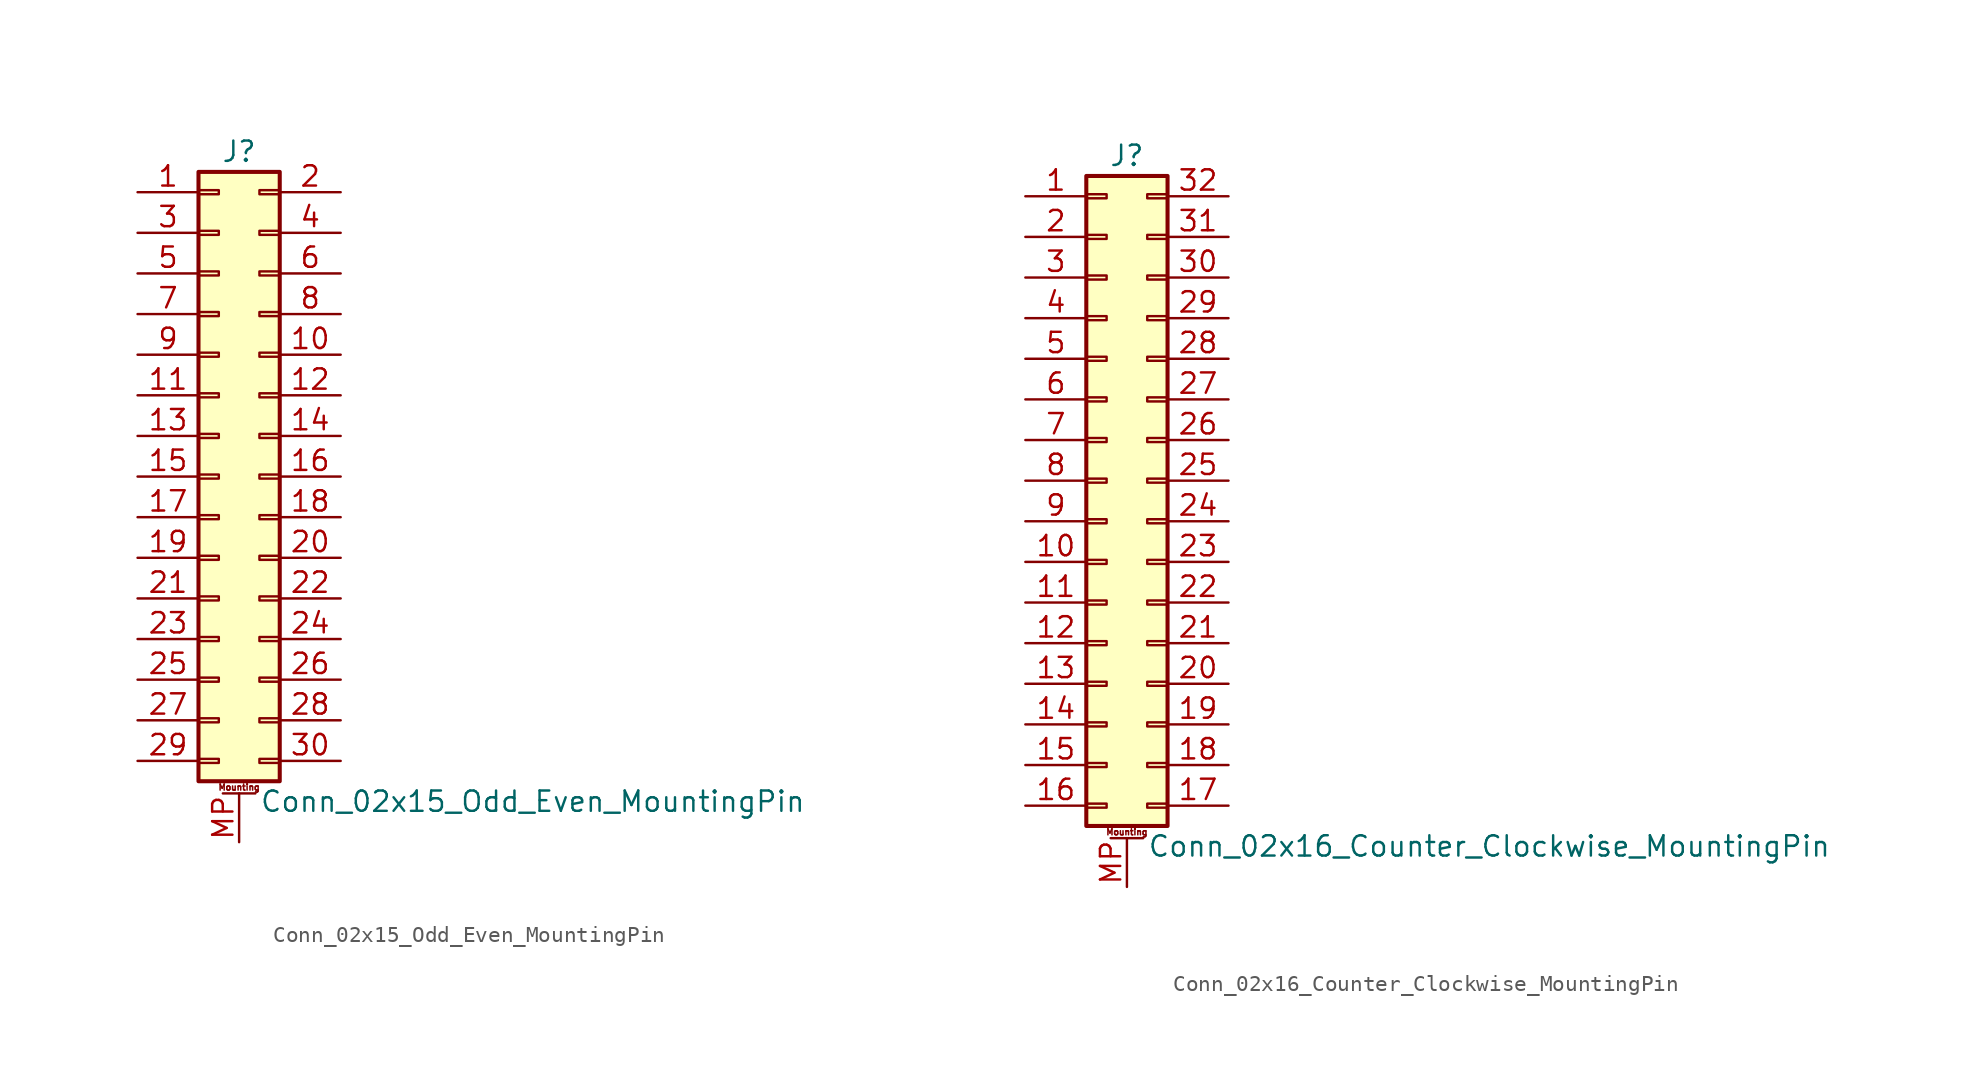
<source format=kicad_sym>
(kicad_symbol_lib
  (version 20201005)
  (generator kicad_symbol_editor)
  (symbol "Conn_02x15_Odd_Even_MountingPin"
    (pin_names
      (offset 1.016) hide)
    (property "Reference" "J"
      (at 1.27 20.32 0)
      (effects (font (size 1.27 1.27))))
    (property "Value" "Conn_02x15_Odd_Even_MountingPin"
      (at 2.54 -20.32 0)
      (effects (font (size 1.27 1.27)) (justify left)))
    (symbol "Conn_02x15_Odd_Even_MountingPin_1_1"
      (text "Mounting" (at 1.27 -19.431 0) (effects (font (size 0.381 0.381))))
      (rectangle (start -1.27 -17.653) (end 0 -17.907) (stroke (width 0.152)) (fill (type none)))
      (rectangle (start -1.27 -15.113) (end 0 -15.367) (stroke (width 0.152)) (fill (type none)))
      (rectangle (start -1.27 -12.573) (end 0 -12.827) (stroke (width 0.152)) (fill (type none)))
      (rectangle (start -1.27 -10.033) (end 0 -10.287) (stroke (width 0.152)) (fill (type none)))
      (rectangle (start -1.27 -7.493) (end 0 -7.747) (stroke (width 0.152)) (fill (type none)))
      (rectangle (start -1.27 -4.953) (end 0 -5.207) (stroke (width 0.152)) (fill (type none)))
      (rectangle (start -1.27 -2.413) (end 0 -2.667) (stroke (width 0.152)) (fill (type none)))
      (rectangle (start -1.27 0.127) (end 0 -0.127) (stroke (width 0.152)) (fill (type none)))
      (rectangle (start -1.27 2.667) (end 0 2.413) (stroke (width 0.152)) (fill (type none)))
      (rectangle (start -1.27 5.207) (end 0 4.953) (stroke (width 0.152)) (fill (type none)))
      (rectangle (start -1.27 7.747) (end 0 7.493) (stroke (width 0.152)) (fill (type none)))
      (rectangle (start -1.27 10.287) (end 0 10.033) (stroke (width 0.152)) (fill (type none)))
      (rectangle (start -1.27 12.827) (end 0 12.573) (stroke (width 0.152)) (fill (type none)))
      (rectangle (start -1.27 15.367) (end 0 15.113) (stroke (width 0.152)) (fill (type none)))
      (rectangle (start -1.27 17.907) (end 0 17.653) (stroke (width 0.152)) (fill (type none)))
      (rectangle (start -1.27 19.05) (end 3.81 -19.05) (stroke (width 0.254)) (fill (type background)))
      (rectangle (start 3.81 -17.653) (end 2.54 -17.907) (stroke (width 0.152)) (fill (type none)))
      (rectangle (start 3.81 -15.113) (end 2.54 -15.367) (stroke (width 0.152)) (fill (type none)))
      (rectangle (start 3.81 -12.573) (end 2.54 -12.827) (stroke (width 0.152)) (fill (type none)))
      (rectangle (start 3.81 -10.033) (end 2.54 -10.287) (stroke (width 0.152)) (fill (type none)))
      (rectangle (start 3.81 -7.493) (end 2.54 -7.747) (stroke (width 0.152)) (fill (type none)))
      (rectangle (start 3.81 -4.953) (end 2.54 -5.207) (stroke (width 0.152)) (fill (type none)))
      (rectangle (start 3.81 -2.413) (end 2.54 -2.667) (stroke (width 0.152)) (fill (type none)))
      (rectangle (start 3.81 0.127) (end 2.54 -0.127) (stroke (width 0.152)) (fill (type none)))
      (rectangle (start 3.81 2.667) (end 2.54 2.413) (stroke (width 0.152)) (fill (type none)))
      (rectangle (start 3.81 5.207) (end 2.54 4.953) (stroke (width 0.152)) (fill (type none)))
      (rectangle (start 3.81 7.747) (end 2.54 7.493) (stroke (width 0.152)) (fill (type none)))
      (rectangle (start 3.81 10.287) (end 2.54 10.033) (stroke (width 0.152)) (fill (type none)))
      (rectangle (start 3.81 12.827) (end 2.54 12.573) (stroke (width 0.152)) (fill (type none)))
      (rectangle (start 3.81 15.367) (end 2.54 15.113) (stroke (width 0.152)) (fill (type none)))
      (rectangle (start 3.81 17.907) (end 2.54 17.653) (stroke (width 0.152)) (fill (type none)))
      (polyline (pts (xy 0.254 -19.812) (xy 2.286 -19.812)) (stroke (width 0.152)) (fill (type none)))
      (pin passive line (at -5.08 17.78 0) (length 3.81) (name "Pin_1" (effects (font (size 1.27 1.27)))) (number "1" (effects (font (size 1.27 1.27)))))
      (pin passive line (at 7.62 7.62 180) (length 3.81) (name "Pin_10" (effects (font (size 1.27 1.27)))) (number "10" (effects (font (size 1.27 1.27)))))
      (pin passive line (at -5.08 5.08 0) (length 3.81) (name "Pin_11" (effects (font (size 1.27 1.27)))) (number "11" (effects (font (size 1.27 1.27)))))
      (pin passive line (at 7.62 5.08 180) (length 3.81) (name "Pin_12" (effects (font (size 1.27 1.27)))) (number "12" (effects (font (size 1.27 1.27)))))
      (pin passive line (at -5.08 2.54 0) (length 3.81) (name "Pin_13" (effects (font (size 1.27 1.27)))) (number "13" (effects (font (size 1.27 1.27)))))
      (pin passive line (at 7.62 2.54 180) (length 3.81) (name "Pin_14" (effects (font (size 1.27 1.27)))) (number "14" (effects (font (size 1.27 1.27)))))
      (pin passive line (at -5.08 0 0) (length 3.81) (name "Pin_15" (effects (font (size 1.27 1.27)))) (number "15" (effects (font (size 1.27 1.27)))))
      (pin passive line (at 7.62 0 180) (length 3.81) (name "Pin_16" (effects (font (size 1.27 1.27)))) (number "16" (effects (font (size 1.27 1.27)))))
      (pin passive line (at -5.08 -2.54 0) (length 3.81) (name "Pin_17" (effects (font (size 1.27 1.27)))) (number "17" (effects (font (size 1.27 1.27)))))
      (pin passive line (at 7.62 -2.54 180) (length 3.81) (name "Pin_18" (effects (font (size 1.27 1.27)))) (number "18" (effects (font (size 1.27 1.27)))))
      (pin passive line (at -5.08 -5.08 0) (length 3.81) (name "Pin_19" (effects (font (size 1.27 1.27)))) (number "19" (effects (font (size 1.27 1.27)))))
      (pin passive line (at 7.62 17.78 180) (length 3.81) (name "Pin_2" (effects (font (size 1.27 1.27)))) (number "2" (effects (font (size 1.27 1.27)))))
      (pin passive line (at 7.62 -5.08 180) (length 3.81) (name "Pin_20" (effects (font (size 1.27 1.27)))) (number "20" (effects (font (size 1.27 1.27)))))
      (pin passive line (at -5.08 -7.62 0) (length 3.81) (name "Pin_21" (effects (font (size 1.27 1.27)))) (number "21" (effects (font (size 1.27 1.27)))))
      (pin passive line (at 7.62 -7.62 180) (length 3.81) (name "Pin_22" (effects (font (size 1.27 1.27)))) (number "22" (effects (font (size 1.27 1.27)))))
      (pin passive line (at -5.08 -10.16 0) (length 3.81) (name "Pin_23" (effects (font (size 1.27 1.27)))) (number "23" (effects (font (size 1.27 1.27)))))
      (pin passive line (at 7.62 -10.16 180) (length 3.81) (name "Pin_24" (effects (font (size 1.27 1.27)))) (number "24" (effects (font (size 1.27 1.27)))))
      (pin passive line (at -5.08 -12.7 0) (length 3.81) (name "Pin_25" (effects (font (size 1.27 1.27)))) (number "25" (effects (font (size 1.27 1.27)))))
      (pin passive line (at 7.62 -12.7 180) (length 3.81) (name "Pin_26" (effects (font (size 1.27 1.27)))) (number "26" (effects (font (size 1.27 1.27)))))
      (pin passive line (at -5.08 -15.24 0) (length 3.81) (name "Pin_27" (effects (font (size 1.27 1.27)))) (number "27" (effects (font (size 1.27 1.27)))))
      (pin passive line (at 7.62 -15.24 180) (length 3.81) (name "Pin_28" (effects (font (size 1.27 1.27)))) (number "28" (effects (font (size 1.27 1.27)))))
      (pin passive line (at -5.08 -17.78 0) (length 3.81) (name "Pin_29" (effects (font (size 1.27 1.27)))) (number "29" (effects (font (size 1.27 1.27)))))
      (pin passive line (at -5.08 15.24 0) (length 3.81) (name "Pin_3" (effects (font (size 1.27 1.27)))) (number "3" (effects (font (size 1.27 1.27)))))
      (pin passive line (at 7.62 -17.78 180) (length 3.81) (name "Pin_30" (effects (font (size 1.27 1.27)))) (number "30" (effects (font (size 1.27 1.27)))))
      (pin passive line (at 7.62 15.24 180) (length 3.81) (name "Pin_4" (effects (font (size 1.27 1.27)))) (number "4" (effects (font (size 1.27 1.27)))))
      (pin passive line (at -5.08 12.7 0) (length 3.81) (name "Pin_5" (effects (font (size 1.27 1.27)))) (number "5" (effects (font (size 1.27 1.27)))))
      (pin passive line (at 7.62 12.7 180) (length 3.81) (name "Pin_6" (effects (font (size 1.27 1.27)))) (number "6" (effects (font (size 1.27 1.27)))))
      (pin passive line (at -5.08 10.16 0) (length 3.81) (name "Pin_7" (effects (font (size 1.27 1.27)))) (number "7" (effects (font (size 1.27 1.27)))))
      (pin passive line (at 7.62 10.16 180) (length 3.81) (name "Pin_8" (effects (font (size 1.27 1.27)))) (number "8" (effects (font (size 1.27 1.27)))))
      (pin passive line (at -5.08 7.62 0) (length 3.81) (name "Pin_9" (effects (font (size 1.27 1.27)))) (number "9" (effects (font (size 1.27 1.27)))))
      (pin passive line (at 1.27 -22.86 90) (length 3.048) (name "MountPin" (effects (font (size 1.27 1.27)))) (number "MP" (effects (font (size 1.27 1.27)))))))
  (symbol "Conn_02x16_Counter_Clockwise_MountingPin"
    (pin_names
      (offset 1.016) hide)
    (property "Reference" "J"
      (at 1.27 20.32 0)
      (effects (font (size 1.27 1.27))))
    (property "Value" "Conn_02x16_Counter_Clockwise_MountingPin"
      (at 2.54 -22.86 0)
      (effects (font (size 1.27 1.27)) (justify left)))
    (symbol "Conn_02x16_Counter_Clockwise_MountingPin_1_1"
      (text "Mounting" (at 1.27 -21.971 0) (effects (font (size 0.381 0.381))))
      (rectangle (start -1.27 -20.193) (end 0 -20.447) (stroke (width 0.152)) (fill (type none)))
      (rectangle (start -1.27 -17.653) (end 0 -17.907) (stroke (width 0.152)) (fill (type none)))
      (rectangle (start -1.27 -15.113) (end 0 -15.367) (stroke (width 0.152)) (fill (type none)))
      (rectangle (start -1.27 -12.573) (end 0 -12.827) (stroke (width 0.152)) (fill (type none)))
      (rectangle (start -1.27 -10.033) (end 0 -10.287) (stroke (width 0.152)) (fill (type none)))
      (rectangle (start -1.27 -7.493) (end 0 -7.747) (stroke (width 0.152)) (fill (type none)))
      (rectangle (start -1.27 -4.953) (end 0 -5.207) (stroke (width 0.152)) (fill (type none)))
      (rectangle (start -1.27 -2.413) (end 0 -2.667) (stroke (width 0.152)) (fill (type none)))
      (rectangle (start -1.27 0.127) (end 0 -0.127) (stroke (width 0.152)) (fill (type none)))
      (rectangle (start -1.27 2.667) (end 0 2.413) (stroke (width 0.152)) (fill (type none)))
      (rectangle (start -1.27 5.207) (end 0 4.953) (stroke (width 0.152)) (fill (type none)))
      (rectangle (start -1.27 7.747) (end 0 7.493) (stroke (width 0.152)) (fill (type none)))
      (rectangle (start -1.27 10.287) (end 0 10.033) (stroke (width 0.152)) (fill (type none)))
      (rectangle (start -1.27 12.827) (end 0 12.573) (stroke (width 0.152)) (fill (type none)))
      (rectangle (start -1.27 15.367) (end 0 15.113) (stroke (width 0.152)) (fill (type none)))
      (rectangle (start -1.27 17.907) (end 0 17.653) (stroke (width 0.152)) (fill (type none)))
      (rectangle (start -1.27 19.05) (end 3.81 -21.59) (stroke (width 0.254)) (fill (type background)))
      (rectangle (start 3.81 -20.193) (end 2.54 -20.447) (stroke (width 0.152)) (fill (type none)))
      (rectangle (start 3.81 -17.653) (end 2.54 -17.907) (stroke (width 0.152)) (fill (type none)))
      (rectangle (start 3.81 -15.113) (end 2.54 -15.367) (stroke (width 0.152)) (fill (type none)))
      (rectangle (start 3.81 -12.573) (end 2.54 -12.827) (stroke (width 0.152)) (fill (type none)))
      (rectangle (start 3.81 -10.033) (end 2.54 -10.287) (stroke (width 0.152)) (fill (type none)))
      (rectangle (start 3.81 -7.493) (end 2.54 -7.747) (stroke (width 0.152)) (fill (type none)))
      (rectangle (start 3.81 -4.953) (end 2.54 -5.207) (stroke (width 0.152)) (fill (type none)))
      (rectangle (start 3.81 -2.413) (end 2.54 -2.667) (stroke (width 0.152)) (fill (type none)))
      (rectangle (start 3.81 0.127) (end 2.54 -0.127) (stroke (width 0.152)) (fill (type none)))
      (rectangle (start 3.81 2.667) (end 2.54 2.413) (stroke (width 0.152)) (fill (type none)))
      (rectangle (start 3.81 5.207) (end 2.54 4.953) (stroke (width 0.152)) (fill (type none)))
      (rectangle (start 3.81 7.747) (end 2.54 7.493) (stroke (width 0.152)) (fill (type none)))
      (rectangle (start 3.81 10.287) (end 2.54 10.033) (stroke (width 0.152)) (fill (type none)))
      (rectangle (start 3.81 12.827) (end 2.54 12.573) (stroke (width 0.152)) (fill (type none)))
      (rectangle (start 3.81 15.367) (end 2.54 15.113) (stroke (width 0.152)) (fill (type none)))
      (rectangle (start 3.81 17.907) (end 2.54 17.653) (stroke (width 0.152)) (fill (type none)))
      (polyline (pts (xy 0.254 -22.352) (xy 2.286 -22.352)) (stroke (width 0.152)) (fill (type none)))
      (pin passive line (at -5.08 17.78 0) (length 3.81) (name "Pin_1" (effects (font (size 1.27 1.27)))) (number "1" (effects (font (size 1.27 1.27)))))
      (pin passive line (at -5.08 -5.08 0) (length 3.81) (name "Pin_10" (effects (font (size 1.27 1.27)))) (number "10" (effects (font (size 1.27 1.27)))))
      (pin passive line (at -5.08 -7.62 0) (length 3.81) (name "Pin_11" (effects (font (size 1.27 1.27)))) (number "11" (effects (font (size 1.27 1.27)))))
      (pin passive line (at -5.08 -10.16 0) (length 3.81) (name "Pin_12" (effects (font (size 1.27 1.27)))) (number "12" (effects (font (size 1.27 1.27)))))
      (pin passive line (at -5.08 -12.7 0) (length 3.81) (name "Pin_13" (effects (font (size 1.27 1.27)))) (number "13" (effects (font (size 1.27 1.27)))))
      (pin passive line (at -5.08 -15.24 0) (length 3.81) (name "Pin_14" (effects (font (size 1.27 1.27)))) (number "14" (effects (font (size 1.27 1.27)))))
      (pin passive line (at -5.08 -17.78 0) (length 3.81) (name "Pin_15" (effects (font (size 1.27 1.27)))) (number "15" (effects (font (size 1.27 1.27)))))
      (pin passive line (at -5.08 -20.32 0) (length 3.81) (name "Pin_16" (effects (font (size 1.27 1.27)))) (number "16" (effects (font (size 1.27 1.27)))))
      (pin passive line (at 7.62 -20.32 180) (length 3.81) (name "Pin_17" (effects (font (size 1.27 1.27)))) (number "17" (effects (font (size 1.27 1.27)))))
      (pin passive line (at 7.62 -17.78 180) (length 3.81) (name "Pin_18" (effects (font (size 1.27 1.27)))) (number "18" (effects (font (size 1.27 1.27)))))
      (pin passive line (at 7.62 -15.24 180) (length 3.81) (name "Pin_19" (effects (font (size 1.27 1.27)))) (number "19" (effects (font (size 1.27 1.27)))))
      (pin passive line (at -5.08 15.24 0) (length 3.81) (name "Pin_2" (effects (font (size 1.27 1.27)))) (number "2" (effects (font (size 1.27 1.27)))))
      (pin passive line (at 7.62 -12.7 180) (length 3.81) (name "Pin_20" (effects (font (size 1.27 1.27)))) (number "20" (effects (font (size 1.27 1.27)))))
      (pin passive line (at 7.62 -10.16 180) (length 3.81) (name "Pin_21" (effects (font (size 1.27 1.27)))) (number "21" (effects (font (size 1.27 1.27)))))
      (pin passive line (at 7.62 -7.62 180) (length 3.81) (name "Pin_22" (effects (font (size 1.27 1.27)))) (number "22" (effects (font (size 1.27 1.27)))))
      (pin passive line (at 7.62 -5.08 180) (length 3.81) (name "Pin_23" (effects (font (size 1.27 1.27)))) (number "23" (effects (font (size 1.27 1.27)))))
      (pin passive line (at 7.62 -2.54 180) (length 3.81) (name "Pin_24" (effects (font (size 1.27 1.27)))) (number "24" (effects (font (size 1.27 1.27)))))
      (pin passive line (at 7.62 0 180) (length 3.81) (name "Pin_25" (effects (font (size 1.27 1.27)))) (number "25" (effects (font (size 1.27 1.27)))))
      (pin passive line (at 7.62 2.54 180) (length 3.81) (name "Pin_26" (effects (font (size 1.27 1.27)))) (number "26" (effects (font (size 1.27 1.27)))))
      (pin passive line (at 7.62 5.08 180) (length 3.81) (name "Pin_27" (effects (font (size 1.27 1.27)))) (number "27" (effects (font (size 1.27 1.27)))))
      (pin passive line (at 7.62 7.62 180) (length 3.81) (name "Pin_28" (effects (font (size 1.27 1.27)))) (number "28" (effects (font (size 1.27 1.27)))))
      (pin passive line (at 7.62 10.16 180) (length 3.81) (name "Pin_29" (effects (font (size 1.27 1.27)))) (number "29" (effects (font (size 1.27 1.27)))))
      (pin passive line (at -5.08 12.7 0) (length 3.81) (name "Pin_3" (effects (font (size 1.27 1.27)))) (number "3" (effects (font (size 1.27 1.27)))))
      (pin passive line (at 7.62 12.7 180) (length 3.81) (name "Pin_30" (effects (font (size 1.27 1.27)))) (number "30" (effects (font (size 1.27 1.27)))))
      (pin passive line (at 7.62 15.24 180) (length 3.81) (name "Pin_31" (effects (font (size 1.27 1.27)))) (number "31" (effects (font (size 1.27 1.27)))))
      (pin passive line (at 7.62 17.78 180) (length 3.81) (name "Pin_32" (effects (font (size 1.27 1.27)))) (number "32" (effects (font (size 1.27 1.27)))))
      (pin passive line (at -5.08 10.16 0) (length 3.81) (name "Pin_4" (effects (font (size 1.27 1.27)))) (number "4" (effects (font (size 1.27 1.27)))))
      (pin passive line (at -5.08 7.62 0) (length 3.81) (name "Pin_5" (effects (font (size 1.27 1.27)))) (number "5" (effects (font (size 1.27 1.27)))))
      (pin passive line (at -5.08 5.08 0) (length 3.81) (name "Pin_6" (effects (font (size 1.27 1.27)))) (number "6" (effects (font (size 1.27 1.27)))))
      (pin passive line (at -5.08 2.54 0) (length 3.81) (name "Pin_7" (effects (font (size 1.27 1.27)))) (number "7" (effects (font (size 1.27 1.27)))))
      (pin passive line (at -5.08 0 0) (length 3.81) (name "Pin_8" (effects (font (size 1.27 1.27)))) (number "8" (effects (font (size 1.27 1.27)))))
      (pin passive line (at -5.08 -2.54 0) (length 3.81) (name "Pin_9" (effects (font (size 1.27 1.27)))) (number "9" (effects (font (size 1.27 1.27)))))
      (pin passive line (at 1.27 -25.4 90) (length 3.048) (name "MountPin" (effects (font (size 1.27 1.27)))) (number "MP" (effects (font (size 1.27 1.27))))))))
</source>
